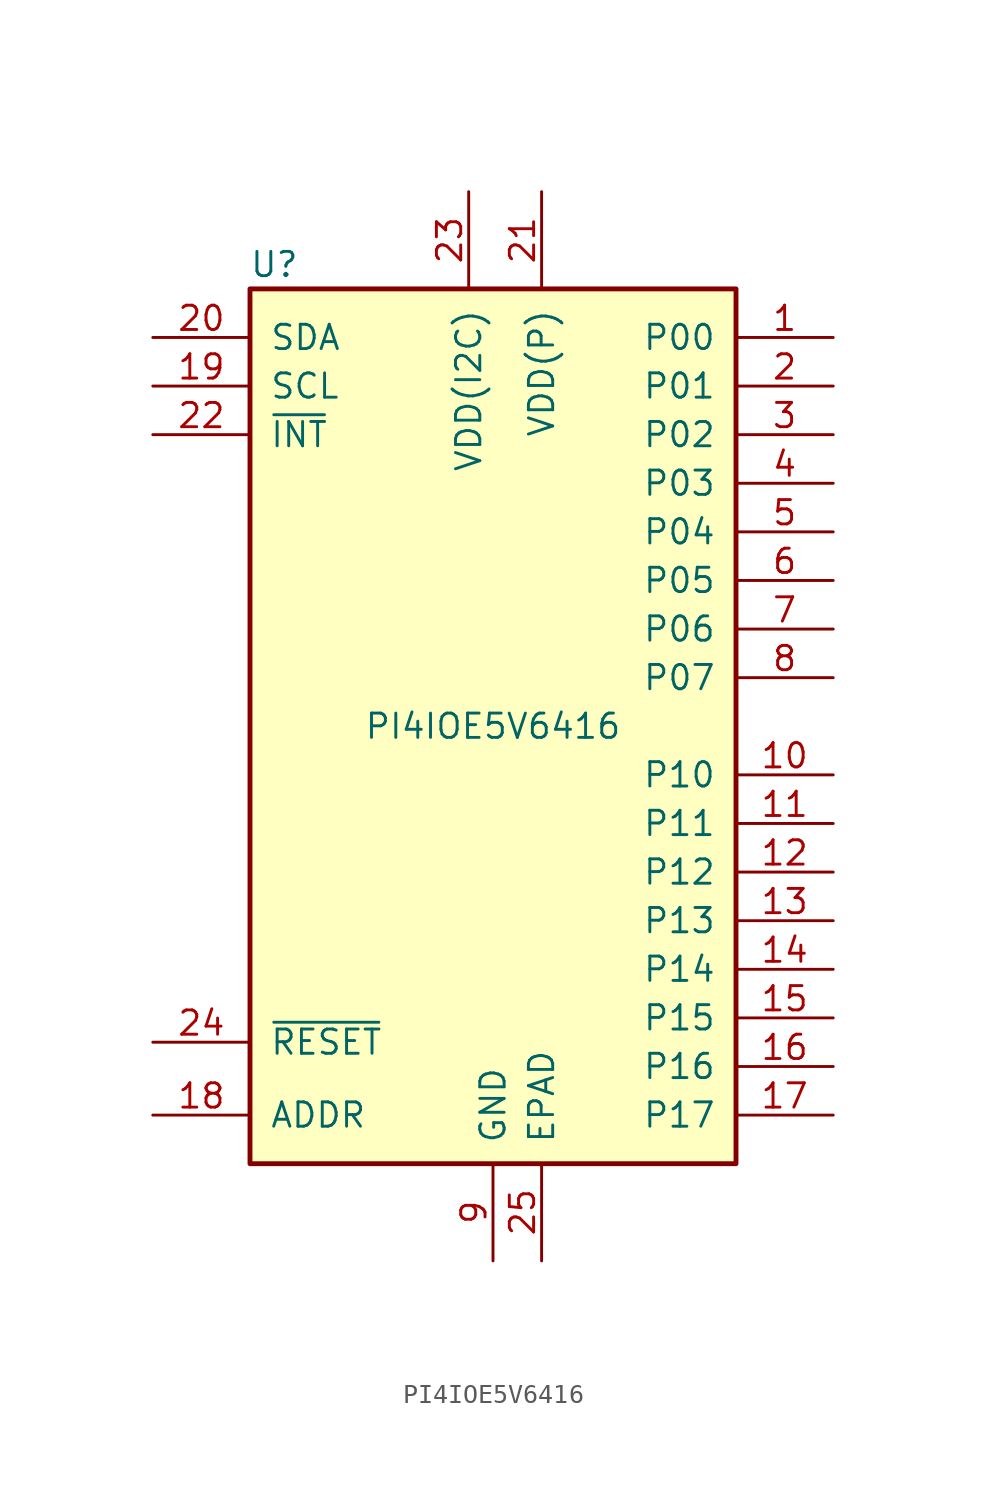
<source format=kicad_sym>
(kicad_symbol_lib
  (version 20220914)
  (generator kicad_symbol_editor)
  (symbol "PI4IOE5V6416"
    (pin_names
      (offset 1.016))
    (property "Reference" "U"
      (at -11.43 24.13 0)
      (effects (font (size 1.27 1.27))))
    (property "Value" "PI4IOE5V6416"
      (at 0 0 0)
      (effects (font (size 1.27 1.27))))
    (symbol "PI4IOE5V6416_0_1"
      (rectangle (start -12.7 22.86) (end 12.7 -22.86) (stroke (width 0.254) (type default)) (fill (type background))))
    (symbol "PI4IOE5V6416_1_1"
      (pin bidirectional line (at 17.78 20.32 180) (length 5.08) (name "P00" (effects (font (size 1.27 1.27)))) (number "1" (effects (font (size 1.27 1.27)))))
      (pin bidirectional line (at 17.78 -2.54 180) (length 5.08) (name "P10" (effects (font (size 1.27 1.27)))) (number "10" (effects (font (size 1.27 1.27)))))
      (pin bidirectional line (at 17.78 -5.08 180) (length 5.08) (name "P11" (effects (font (size 1.27 1.27)))) (number "11" (effects (font (size 1.27 1.27)))))
      (pin bidirectional line (at 17.78 -7.62 180) (length 5.08) (name "P12" (effects (font (size 1.27 1.27)))) (number "12" (effects (font (size 1.27 1.27)))))
      (pin bidirectional line (at 17.78 -10.16 180) (length 5.08) (name "P13" (effects (font (size 1.27 1.27)))) (number "13" (effects (font (size 1.27 1.27)))))
      (pin bidirectional line (at 17.78 -12.7 180) (length 5.08) (name "P14" (effects (font (size 1.27 1.27)))) (number "14" (effects (font (size 1.27 1.27)))))
      (pin bidirectional line (at 17.78 -15.24 180) (length 5.08) (name "P15" (effects (font (size 1.27 1.27)))) (number "15" (effects (font (size 1.27 1.27)))))
      (pin bidirectional line (at 17.78 -17.78 180) (length 5.08) (name "P16" (effects (font (size 1.27 1.27)))) (number "16" (effects (font (size 1.27 1.27)))))
      (pin bidirectional line (at 17.78 -20.32 180) (length 5.08) (name "P17" (effects (font (size 1.27 1.27)))) (number "17" (effects (font (size 1.27 1.27)))))
      (pin input line (at -17.78 -20.32 0) (length 5.08) (name "ADDR" (effects (font (size 1.27 1.27)))) (number "18" (effects (font (size 1.27 1.27)))))
      (pin input line (at -17.78 17.78 0) (length 5.08) (name "SCL" (effects (font (size 1.27 1.27)))) (number "19" (effects (font (size 1.27 1.27)))))
      (pin bidirectional line (at 17.78 17.78 180) (length 5.08) (name "P01" (effects (font (size 1.27 1.27)))) (number "2" (effects (font (size 1.27 1.27)))))
      (pin bidirectional line (at -17.78 20.32 0) (length 5.08) (name "SDA" (effects (font (size 1.27 1.27)))) (number "20" (effects (font (size 1.27 1.27)))))
      (pin power_in line (at 2.54 27.94 270) (length 5.08) (name "VDD(P)" (effects (font (size 1.27 1.27)))) (number "21" (effects (font (size 1.27 1.27)))))
      (pin open_collector line (at -17.78 15.24 0) (length 5.08) (name "~{INT}" (effects (font (size 1.27 1.27)))) (number "22" (effects (font (size 1.27 1.27)))))
      (pin power_in line (at -1.27 27.94 270) (length 5.08) (name "VDD(I2C)" (effects (font (size 1.27 1.27)))) (number "23" (effects (font (size 1.27 1.27)))))
      (pin input line (at -17.78 -16.51 0) (length 5.08) (name "~{RESET}" (effects (font (size 1.27 1.27)))) (number "24" (effects (font (size 1.27 1.27)))))
      (pin input line (at 2.54 -27.94 90) (length 5.08) (name "EPAD" (effects (font (size 1.27 1.27)))) (number "25" (effects (font (size 1.27 1.27)))))
      (pin bidirectional line (at 17.78 15.24 180) (length 5.08) (name "P02" (effects (font (size 1.27 1.27)))) (number "3" (effects (font (size 1.27 1.27)))))
      (pin bidirectional line (at 17.78 12.7 180) (length 5.08) (name "P03" (effects (font (size 1.27 1.27)))) (number "4" (effects (font (size 1.27 1.27)))))
      (pin bidirectional line (at 17.78 10.16 180) (length 5.08) (name "P04" (effects (font (size 1.27 1.27)))) (number "5" (effects (font (size 1.27 1.27)))))
      (pin bidirectional line (at 17.78 7.62 180) (length 5.08) (name "P05" (effects (font (size 1.27 1.27)))) (number "6" (effects (font (size 1.27 1.27)))))
      (pin bidirectional line (at 17.78 5.08 180) (length 5.08) (name "P06" (effects (font (size 1.27 1.27)))) (number "7" (effects (font (size 1.27 1.27)))))
      (pin bidirectional line (at 17.78 2.54 180) (length 5.08) (name "P07" (effects (font (size 1.27 1.27)))) (number "8" (effects (font (size 1.27 1.27)))))
      (pin power_in line (at 0 -27.94 90) (length 5.08) (name "GND" (effects (font (size 1.27 1.27)))) (number "9" (effects (font (size 1.27 1.27))))))))
</source>
